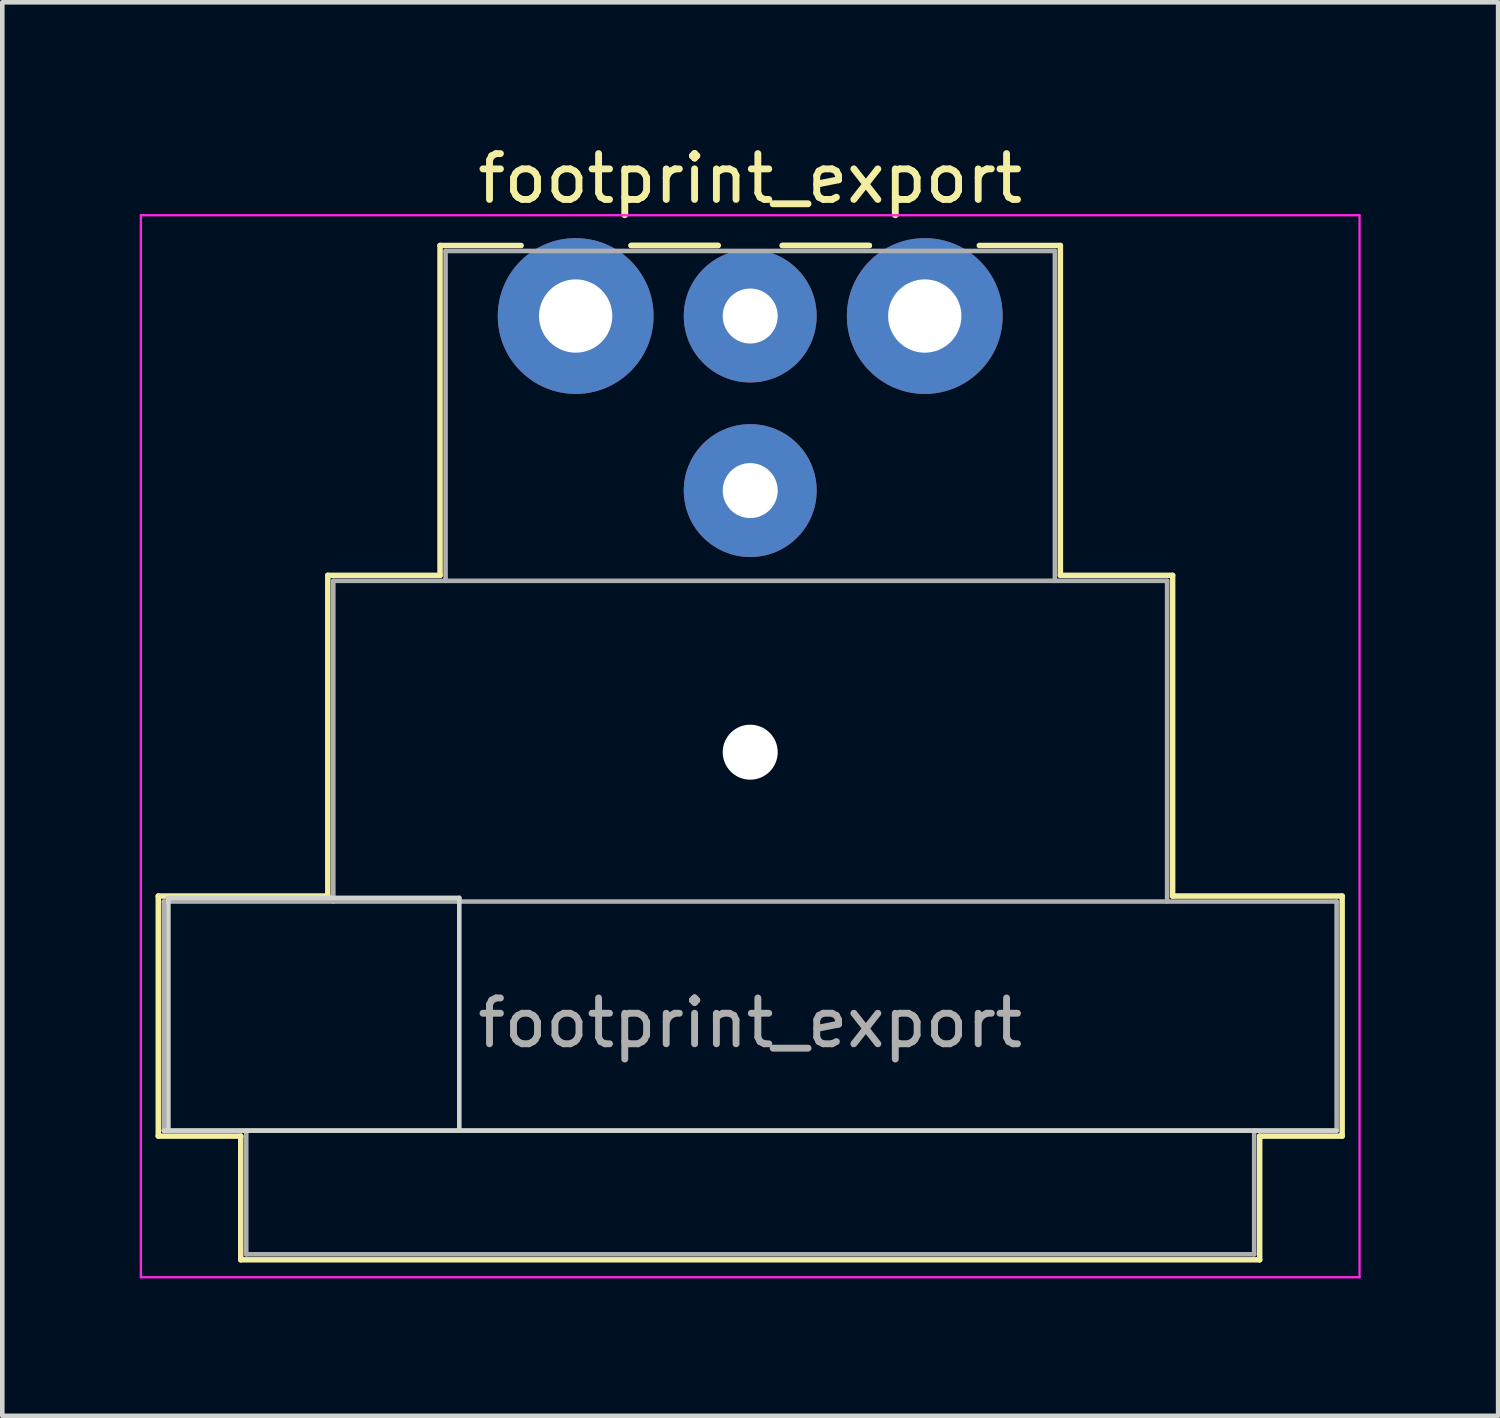
<source format=kicad_pcb>
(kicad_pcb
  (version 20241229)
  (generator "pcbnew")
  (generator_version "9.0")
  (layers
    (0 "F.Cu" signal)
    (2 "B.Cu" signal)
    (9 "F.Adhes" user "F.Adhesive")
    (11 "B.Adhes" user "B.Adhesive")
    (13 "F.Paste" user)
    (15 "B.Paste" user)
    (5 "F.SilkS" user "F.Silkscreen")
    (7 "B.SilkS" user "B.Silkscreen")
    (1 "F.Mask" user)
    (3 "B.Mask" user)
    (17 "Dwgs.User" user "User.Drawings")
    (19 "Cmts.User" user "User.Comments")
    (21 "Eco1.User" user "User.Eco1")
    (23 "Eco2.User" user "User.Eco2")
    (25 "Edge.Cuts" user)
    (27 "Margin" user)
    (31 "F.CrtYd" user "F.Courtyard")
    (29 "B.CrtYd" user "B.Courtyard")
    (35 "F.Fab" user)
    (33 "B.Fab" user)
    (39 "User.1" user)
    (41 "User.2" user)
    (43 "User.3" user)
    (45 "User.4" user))
  (footprint "footprint_export"
    (layer "F.Cu")
    (at 13.325 3.848)
    (property "Reference" "footprint_export" (at 0 -3 0) (layer "F.SilkS") (effects (font (size 1 1) (thickness 0.15))))
    (attr through_hole)
    (fp_line (start -12.92 12.66) (end -9.22 12.66) (stroke (width 0.12) (type solid)) (layer "F.SilkS"))
    (fp_line (start -12.92 17.9) (end -12.92 12.66) (stroke (width 0.12) (type solid)) (layer "F.SilkS"))
    (fp_line (start -11.12 17.9) (end -12.92 17.9) (stroke (width 0.12) (type solid)) (layer "F.SilkS"))
    (fp_line (start -11.12 17.9) (end -11.12 20.6) (stroke (width 0.12) (type solid)) (layer "F.SilkS"))
    (fp_line (start -9.22 12.66) (end -9.22 5.66) (stroke (width 0.12) (type solid)) (layer "F.SilkS"))
    (fp_line (start -6.77 5.66) (end -9.22 5.66) (stroke (width 0.12) (type solid)) (layer "F.SilkS"))
    (fp_line (start -6.77 5.66) (end -6.77 -1.54) (stroke (width 0.12) (type solid)) (layer "F.SilkS"))
    (fp_line (start -5 -1.54) (end -6.77 -1.54) (stroke (width 0.12) (type solid)) (layer "F.SilkS"))
    (fp_line (start -0.7 -1.54) (end -2.6 -1.54) (stroke (width 0.12) (type solid)) (layer "F.SilkS"))
    (fp_line (start -0.7 -1.54) (end -2.6 -1.54) (stroke (width 0.12) (type solid)) (layer "F.SilkS"))
    (fp_line (start 0.7 -1.54) (end 2.6 -1.54) (stroke (width 0.12) (type solid)) (layer "F.SilkS"))
    (fp_line (start 0.7 -1.54) (end 2.6 -1.54) (stroke (width 0.12) (type solid)) (layer "F.SilkS"))
    (fp_line (start 6.77 -1.54) (end 5 -1.54) (stroke (width 0.12) (type solid)) (layer "F.SilkS"))
    (fp_line (start 6.77 5.66) (end 6.77 -1.54) (stroke (width 0.12) (type solid)) (layer "F.SilkS"))
    (fp_line (start 6.77 5.66) (end 9.22 5.66) (stroke (width 0.12) (type solid)) (layer "F.SilkS"))
    (fp_line (start 9.22 12.66) (end 9.22 5.66) (stroke (width 0.12) (type solid)) (layer "F.SilkS"))
    (fp_line (start 9.22 12.66) (end 12.92 12.66) (stroke (width 0.12) (type solid)) (layer "F.SilkS"))
    (fp_line (start 11.12 17.9) (end 11.12 20.6) (stroke (width 0.12) (type solid)) (layer "F.SilkS"))
    (fp_line (start 11.12 20.6) (end -11.12 20.6) (stroke (width 0.12) (type solid)) (layer "F.SilkS"))
    (fp_line (start 12.92 17.9) (end 11.12 17.9) (stroke (width 0.12) (type solid)) (layer "F.SilkS"))
    (fp_line (start 12.92 17.9) (end 12.92 12.66) (stroke (width 0.12) (type solid)) (layer "F.SilkS"))
    (fp_line (start -12.7 12.7) (end -12.7 17.78) (stroke (width 0.1) (type solid)) (layer "Edge.Cuts"))
    (fp_line (start -6.35 12.7) (end -12.7 12.7) (stroke (width 0.1) (type solid)) (layer "Edge.Cuts"))
    (fp_line (start -6.35 17.78) (end -6.35 12.7) (stroke (width 0.1) (type solid)) (layer "Edge.Cuts"))
    (fp_line (start 12.8 17.78) (end -12.8 17.78) (stroke (width 0.1) (type solid)) (layer "Edge.Cuts"))
    (fp_line (start -13.3 20.98) (end -13.3 -2.2) (stroke (width 0.05) (type solid)) (layer "F.CrtYd"))
    (fp_line (start 13.3 -2.2) (end -13.3 -2.2) (stroke (width 0.05) (type solid)) (layer "F.CrtYd"))
    (fp_line (start 13.3 20.98) (end -13.3 20.98) (stroke (width 0.05) (type solid)) (layer "F.CrtYd"))
    (fp_line (start 13.3 20.98) (end 13.3 -2.2) (stroke (width 0.05) (type solid)) (layer "F.CrtYd"))
    (fp_line (start -12.8 12.78) (end 12.8 12.78) (stroke (width 0.1) (type solid)) (layer "F.Fab"))
    (fp_line (start -12.8 17.78) (end -12.8 12.78) (stroke (width 0.1) (type solid)) (layer "F.Fab"))
    (fp_line (start -11 20.48) (end -11 17.78) (stroke (width 0.1) (type solid)) (layer "F.Fab"))
    (fp_line (start -9.1 5.78) (end -9.1 12.78) (stroke (width 0.1) (type solid)) (layer "F.Fab"))
    (fp_line (start -9.1 5.78) (end 9.1 5.78) (stroke (width 0.1) (type solid)) (layer "F.Fab"))
    (fp_line (start -6.65 5.78) (end -6.65 -1.42) (stroke (width 0.1) (type solid)) (layer "F.Fab"))
    (fp_line (start 6.65 -1.42) (end -6.65 -1.42) (stroke (width 0.1) (type solid)) (layer "F.Fab"))
    (fp_line (start 6.65 5.78) (end 6.65 -1.42) (stroke (width 0.1) (type solid)) (layer "F.Fab"))
    (fp_line (start 9.1 12.78) (end 9.1 5.78) (stroke (width 0.1) (type solid)) (layer "F.Fab"))
    (fp_line (start 11 17.78) (end 11 20.48) (stroke (width 0.1) (type solid)) (layer "F.Fab"))
    (fp_line (start 11 20.48) (end -11 20.48) (stroke (width 0.1) (type solid)) (layer "F.Fab"))
    (fp_line (start 12.8 12.78) (end 12.8 17.78) (stroke (width 0.1) (type solid)) (layer "F.Fab"))
    (fp_line (start 12.8 17.78) (end -12.8 17.78) (stroke (width 0.1) (type solid)) (layer "F.Fab"))
    (fp_text user "${REFERENCE}" (at 0 15.43 0) (layer "F.Fab") (effects (font (size 1 1) (thickness 0.15))))
    (pad "" np_thru_hole circle (at 0 9.52) (size 1.2 1.2) (drill 1.2) (layers "*.Cu" "*.Mask"))
    (pad "1" thru_hole circle (at 0 0) (size 2.9 2.9) (drill 1.2) (layers "*.Cu" "*.Mask"))
    (pad "2" thru_hole circle (at -3.81 0) (size 3.4 3.4) (drill 1.6) (layers "*.Cu" "*.Mask"))
    (pad "3" thru_hole circle (at 3.81 0) (size 3.4 3.4) (drill 1.6) (layers "*.Cu" "*.Mask"))
    (pad "G" thru_hole circle (at 0 3.81) (size 2.9 2.9) (drill 1.2) (layers "*.Cu" "*.Mask")))
  (gr_rect
    (start -3 -3)
    (end 29.65 27.853)
    (stroke (width 0.1) (type default))
    (fill no)
    (layer "Edge.Cuts")))
</source>
